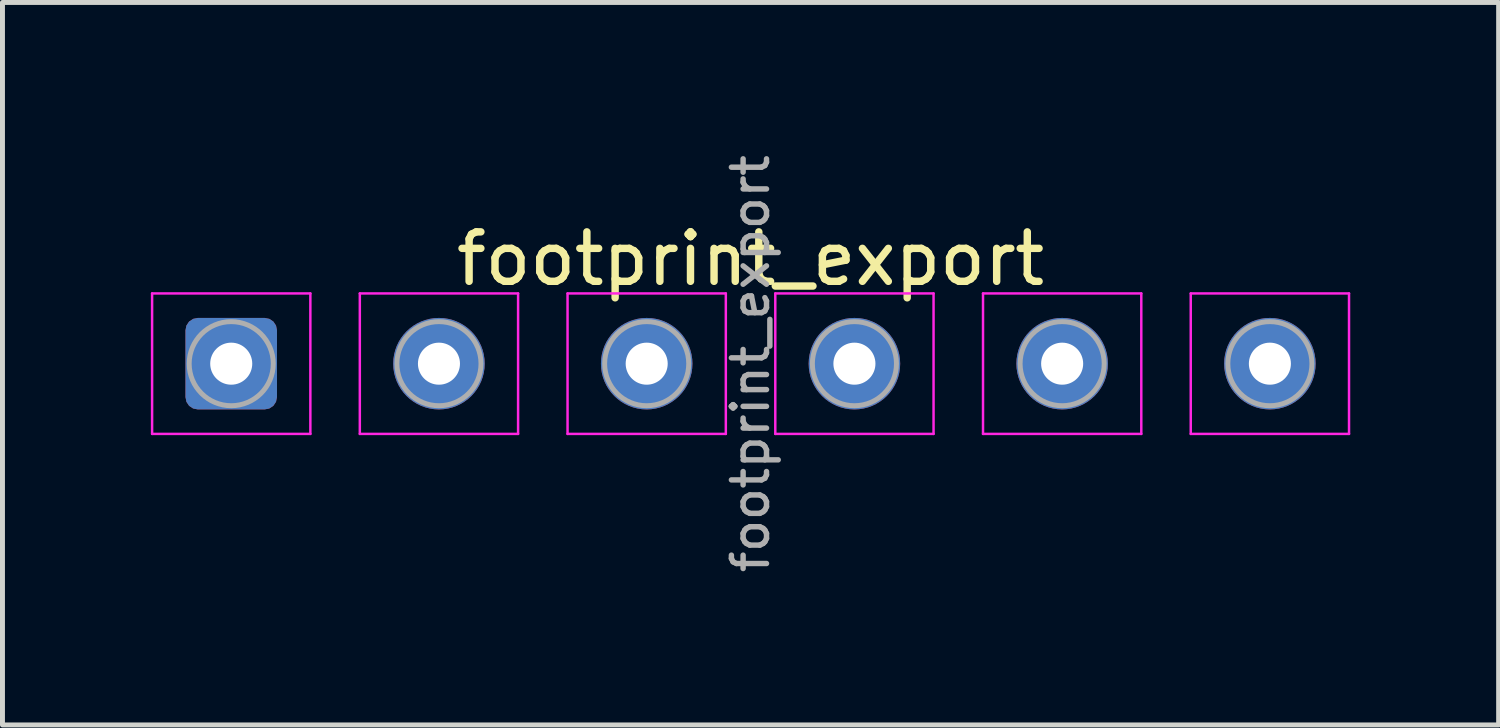
<source format=kicad_pcb>
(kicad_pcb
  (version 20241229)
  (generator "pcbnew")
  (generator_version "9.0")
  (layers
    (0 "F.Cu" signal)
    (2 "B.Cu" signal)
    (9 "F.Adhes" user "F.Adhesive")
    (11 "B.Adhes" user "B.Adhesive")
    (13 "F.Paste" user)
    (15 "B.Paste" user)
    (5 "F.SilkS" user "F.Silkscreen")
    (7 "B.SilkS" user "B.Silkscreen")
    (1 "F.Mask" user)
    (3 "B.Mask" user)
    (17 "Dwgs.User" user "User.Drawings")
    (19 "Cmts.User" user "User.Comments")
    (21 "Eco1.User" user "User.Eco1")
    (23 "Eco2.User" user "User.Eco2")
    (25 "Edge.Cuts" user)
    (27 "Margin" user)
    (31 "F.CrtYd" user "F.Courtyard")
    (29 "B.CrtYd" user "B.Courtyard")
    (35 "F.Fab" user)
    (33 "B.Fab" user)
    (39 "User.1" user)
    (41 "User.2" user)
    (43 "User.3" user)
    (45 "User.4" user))
  (footprint "footprint_export"
    (layer "F.Cu")
    (at 1.625 4.303)
    (property "Reference" "footprint_export" (at 10.5 -2.12 0) (layer "F.SilkS") (effects (font (size 1 1) (thickness 0.15))))
    (attr exclude_from_pos_files exclude_from_bom)
    (fp_line (start -1.6 -1.42) (end -1.6 1.42) (stroke (width 0.05) (type solid)) (layer "F.CrtYd"))
    (fp_line (start -1.6 1.42) (end 1.6 1.42) (stroke (width 0.05) (type solid)) (layer "F.CrtYd"))
    (fp_line (start 1.6 -1.42) (end -1.6 -1.42) (stroke (width 0.05) (type solid)) (layer "F.CrtYd"))
    (fp_line (start 1.6 1.42) (end 1.6 -1.42) (stroke (width 0.05) (type solid)) (layer "F.CrtYd"))
    (fp_line (start 2.6 -1.42) (end 2.6 1.42) (stroke (width 0.05) (type solid)) (layer "F.CrtYd"))
    (fp_line (start 2.6 1.42) (end 5.8 1.42) (stroke (width 0.05) (type solid)) (layer "F.CrtYd"))
    (fp_line (start 5.8 -1.42) (end 2.6 -1.42) (stroke (width 0.05) (type solid)) (layer "F.CrtYd"))
    (fp_line (start 5.8 1.42) (end 5.8 -1.42) (stroke (width 0.05) (type solid)) (layer "F.CrtYd"))
    (fp_line (start 6.8 -1.42) (end 6.8 1.42) (stroke (width 0.05) (type solid)) (layer "F.CrtYd"))
    (fp_line (start 6.8 1.42) (end 10 1.42) (stroke (width 0.05) (type solid)) (layer "F.CrtYd"))
    (fp_line (start 10 -1.42) (end 6.8 -1.42) (stroke (width 0.05) (type solid)) (layer "F.CrtYd"))
    (fp_line (start 10 1.42) (end 10 -1.42) (stroke (width 0.05) (type solid)) (layer "F.CrtYd"))
    (fp_line (start 11 -1.42) (end 11 1.42) (stroke (width 0.05) (type solid)) (layer "F.CrtYd"))
    (fp_line (start 11 1.42) (end 14.2 1.42) (stroke (width 0.05) (type solid)) (layer "F.CrtYd"))
    (fp_line (start 14.2 -1.42) (end 11 -1.42) (stroke (width 0.05) (type solid)) (layer "F.CrtYd"))
    (fp_line (start 14.2 1.42) (end 14.2 -1.42) (stroke (width 0.05) (type solid)) (layer "F.CrtYd"))
    (fp_line (start 15.2 -1.42) (end 15.2 1.42) (stroke (width 0.05) (type solid)) (layer "F.CrtYd"))
    (fp_line (start 15.2 1.42) (end 18.4 1.42) (stroke (width 0.05) (type solid)) (layer "F.CrtYd"))
    (fp_line (start 18.4 -1.42) (end 15.2 -1.42) (stroke (width 0.05) (type solid)) (layer "F.CrtYd"))
    (fp_line (start 18.4 1.42) (end 18.4 -1.42) (stroke (width 0.05) (type solid)) (layer "F.CrtYd"))
    (fp_line (start 19.4 -1.42) (end 19.4 1.42) (stroke (width 0.05) (type solid)) (layer "F.CrtYd"))
    (fp_line (start 19.4 1.42) (end 22.6 1.42) (stroke (width 0.05) (type solid)) (layer "F.CrtYd"))
    (fp_line (start 22.6 -1.42) (end 19.4 -1.42) (stroke (width 0.05) (type solid)) (layer "F.CrtYd"))
    (fp_line (start 22.6 1.42) (end 22.6 -1.42) (stroke (width 0.05) (type solid)) (layer "F.CrtYd"))
    (fp_circle (center 0 0) (end 0.85 0) (stroke (width 0.1) (type solid)) (fill no) (layer "F.Fab"))
    (fp_circle (center 4.2 0) (end 5.05 0) (stroke (width 0.1) (type solid)) (fill no) (layer "F.Fab"))
    (fp_circle (center 8.4 0) (end 9.25 0) (stroke (width 0.1) (type solid)) (fill no) (layer "F.Fab"))
    (fp_circle (center 12.6 0) (end 13.45 0) (stroke (width 0.1) (type solid)) (fill no) (layer "F.Fab"))
    (fp_circle (center 16.8 0) (end 17.65 0) (stroke (width 0.1) (type solid)) (fill no) (layer "F.Fab"))
    (fp_circle (center 21 0) (end 21.85 0) (stroke (width 0.1) (type solid)) (fill no) (layer "F.Fab"))
    (fp_text user "${REFERENCE}" (at 10.5 0 90) (layer "F.Fab") (effects (font (size 0.71 0.71) (thickness 0.11))))
    (pad "1" thru_hole roundrect (at 0 0) (size 1.85 1.85) (drill 0.85) (layers "*.Cu" "*.Mask") (roundrect_rratio 0.135))
    (pad "2" thru_hole circle (at 4.2 0) (size 1.85 1.85) (drill 0.85) (layers "*.Cu" "*.Mask"))
    (pad "3" thru_hole circle (at 8.4 0) (size 1.85 1.85) (drill 0.85) (layers "*.Cu" "*.Mask"))
    (pad "4" thru_hole circle (at 12.6 0) (size 1.85 1.85) (drill 0.85) (layers "*.Cu" "*.Mask"))
    (pad "5" thru_hole circle (at 16.8 0) (size 1.85 1.85) (drill 0.85) (layers "*.Cu" "*.Mask"))
    (pad "6" thru_hole circle (at 21 0) (size 1.85 1.85) (drill 0.85) (layers "*.Cu" "*.Mask")))
  (gr_rect
    (start -3 -3)
    (end 27.25 11.607)
    (stroke (width 0.1) (type default))
    (fill no)
    (layer "Edge.Cuts")))
</source>
